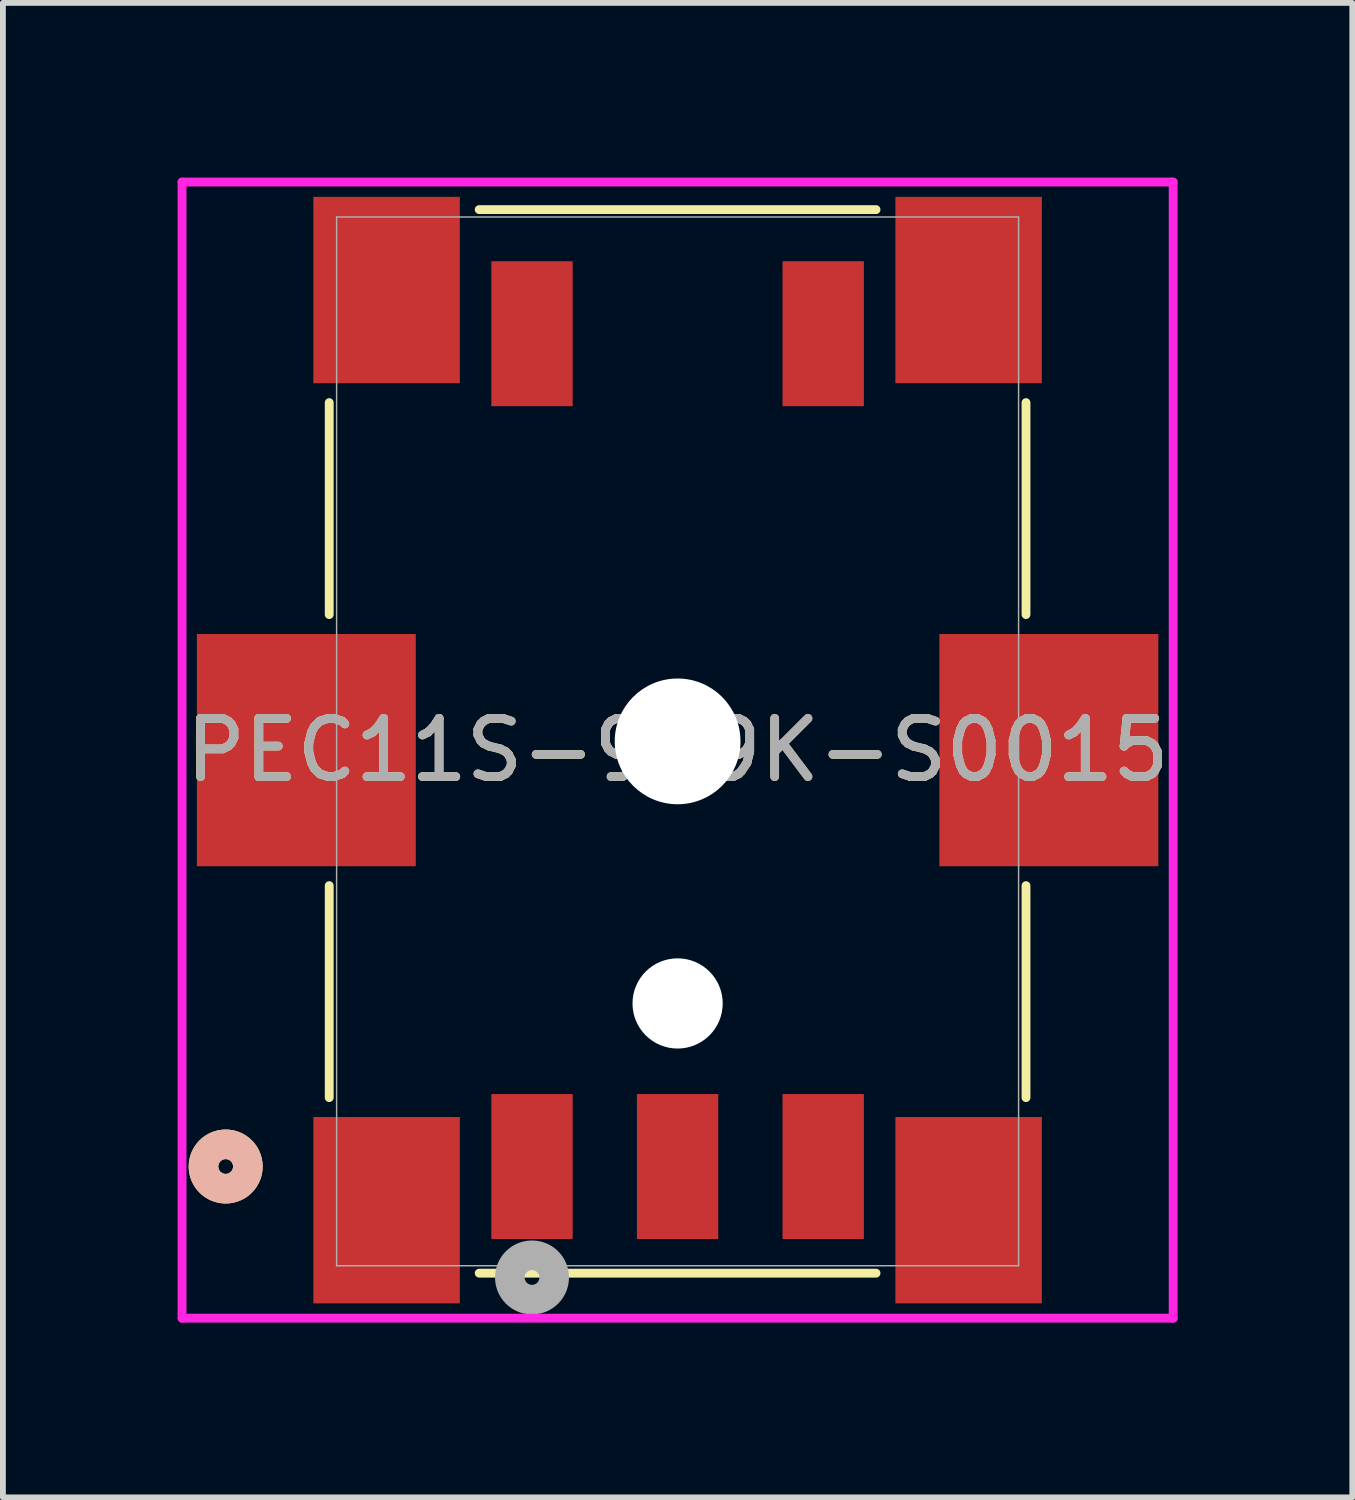
<source format=kicad_pcb>
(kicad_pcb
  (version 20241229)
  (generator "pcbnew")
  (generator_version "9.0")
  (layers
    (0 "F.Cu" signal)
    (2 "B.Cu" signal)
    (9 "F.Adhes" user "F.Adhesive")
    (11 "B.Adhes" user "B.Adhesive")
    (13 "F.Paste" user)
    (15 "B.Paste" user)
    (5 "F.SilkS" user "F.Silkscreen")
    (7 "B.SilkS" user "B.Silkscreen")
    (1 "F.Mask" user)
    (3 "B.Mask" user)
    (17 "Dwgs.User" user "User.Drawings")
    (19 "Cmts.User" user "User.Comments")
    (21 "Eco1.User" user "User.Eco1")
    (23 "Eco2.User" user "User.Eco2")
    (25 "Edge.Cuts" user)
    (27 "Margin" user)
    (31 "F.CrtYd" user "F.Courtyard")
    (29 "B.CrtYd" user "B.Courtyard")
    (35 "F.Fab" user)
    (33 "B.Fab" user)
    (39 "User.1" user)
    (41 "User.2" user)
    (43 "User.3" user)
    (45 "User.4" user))
  (footprint "PEC11S-929K-S0015"
    (layer "F.Cu")
    (at 8.585 9.68)
    (property "Reference" "PEC11S-929K-S0015" (at 0 0.15 0) (unlocked yes) (layer "F.SilkS") (effects (font (size 1 1) (thickness 0.15))))
    (attr smd)
    (fp_line (start -5.982 -5.817) (end -5.982 -2.177) (stroke (width 0.152) (type solid)) (layer "F.SilkS"))
    (fp_line (start -5.982 2.477) (end -5.982 6.117) (stroke (width 0.152) (type solid)) (layer "F.SilkS"))
    (fp_line (start -3.407 9.131) (end 3.407 9.131) (stroke (width 0.152) (type solid)) (layer "F.SilkS"))
    (fp_line (start 3.407 -9.131) (end -3.407 -9.131) (stroke (width 0.152) (type solid)) (layer "F.SilkS"))
    (fp_line (start 5.982 -2.177) (end 5.982 -5.817) (stroke (width 0.152) (type solid)) (layer "F.SilkS"))
    (fp_line (start 5.982 6.117) (end 5.982 2.477) (stroke (width 0.152) (type solid)) (layer "F.SilkS"))
    (fp_circle (center -7.76 7.3) (end -7.379 7.3) (stroke (width 0.508) (type solid)) (fill no) (layer "F.SilkS"))
    (fp_circle (center -7.76 7.3) (end -7.379 7.3) (stroke (width 0.508) (type solid)) (fill no) (layer "B.SilkS"))
    (fp_line (start -8.509 -9.604) (end -8.509 9.904) (stroke (width 0.152) (type solid)) (layer "F.CrtYd"))
    (fp_line (start -8.509 9.904) (end 8.509 9.904) (stroke (width 0.152) (type solid)) (layer "F.CrtYd"))
    (fp_line (start 8.509 -9.604) (end -8.509 -9.604) (stroke (width 0.152) (type solid)) (layer "F.CrtYd"))
    (fp_line (start 8.509 9.904) (end 8.509 -9.604) (stroke (width 0.152) (type solid)) (layer "F.CrtYd"))
    (fp_line (start -5.855 -9.004) (end -5.855 9.004) (stroke (width 0.025) (type solid)) (layer "F.Fab"))
    (fp_line (start -5.855 9.004) (end 5.855 9.004) (stroke (width 0.025) (type solid)) (layer "F.Fab"))
    (fp_line (start 5.855 -9.004) (end -5.855 -9.004) (stroke (width 0.025) (type solid)) (layer "F.Fab"))
    (fp_line (start 5.855 9.004) (end 5.855 -9.004) (stroke (width 0.025) (type solid)) (layer "F.Fab"))
    (fp_circle (center -2.5 9.205) (end -2.119 9.205) (stroke (width 0.508) (type solid)) (fill no) (layer "F.Fab"))
    (fp_text user "${REFERENCE}" (at 0 0.15 0) (unlocked yes) (layer "F.Fab") (effects (font (size 1 1) (thickness 0.15))))
    (pad "" smd rect (at -6.375 0.15) (size 3.759 3.988) (layers "F.Cu" "F.Mask" "F.Paste"))
    (pad "" smd rect (at -4.997 -7.75) (size 2.515 3.2) (layers "F.Cu" "F.Mask" "F.Paste"))
    (pad "" smd rect (at -4.997 8.05) (size 2.515 3.2) (layers "F.Cu" "F.Mask" "F.Paste"))
    (pad "" np_thru_hole circle (at 0 0) (size 2.159 2.159) (drill 2.159) (layers "*.Cu" "*.Mask"))
    (pad "" np_thru_hole circle (at 0 4.5) (size 1.549 1.549) (drill 1.549) (layers "*.Cu" "*.Mask"))
    (pad "" smd rect (at 4.997 -7.75) (size 2.515 3.2) (layers "F.Cu" "F.Mask" "F.Paste"))
    (pad "" smd rect (at 4.997 8.05) (size 2.515 3.2) (layers "F.Cu" "F.Mask" "F.Paste"))
    (pad "" smd rect (at 6.375 0.15) (size 3.759 3.988) (layers "F.Cu" "F.Mask" "F.Paste"))
    (pad "A" smd rect (at -2.5 7.3) (size 1.397 2.489) (layers "F.Cu" "F.Mask" "F.Paste"))
    (pad "B" smd rect (at 2.5 7.3) (size 1.397 2.489) (layers "F.Cu" "F.Mask" "F.Paste"))
    (pad "C" smd rect (at 0 7.3) (size 1.397 2.489) (layers "F.Cu" "F.Mask" "F.Paste"))
    (pad "S1" smd rect (at -2.5 -7) (size 1.397 2.489) (layers "F.Cu" "F.Mask" "F.Paste"))
    (pad "S2" smd rect (at 2.5 -7) (size 1.397 2.489) (layers "F.Cu" "F.Mask" "F.Paste")))
  (gr_rect
    (start -3 -3)
    (end 20.17 22.661)
    (stroke (width 0.1) (type default))
    (fill no)
    (layer "Edge.Cuts")))
</source>
